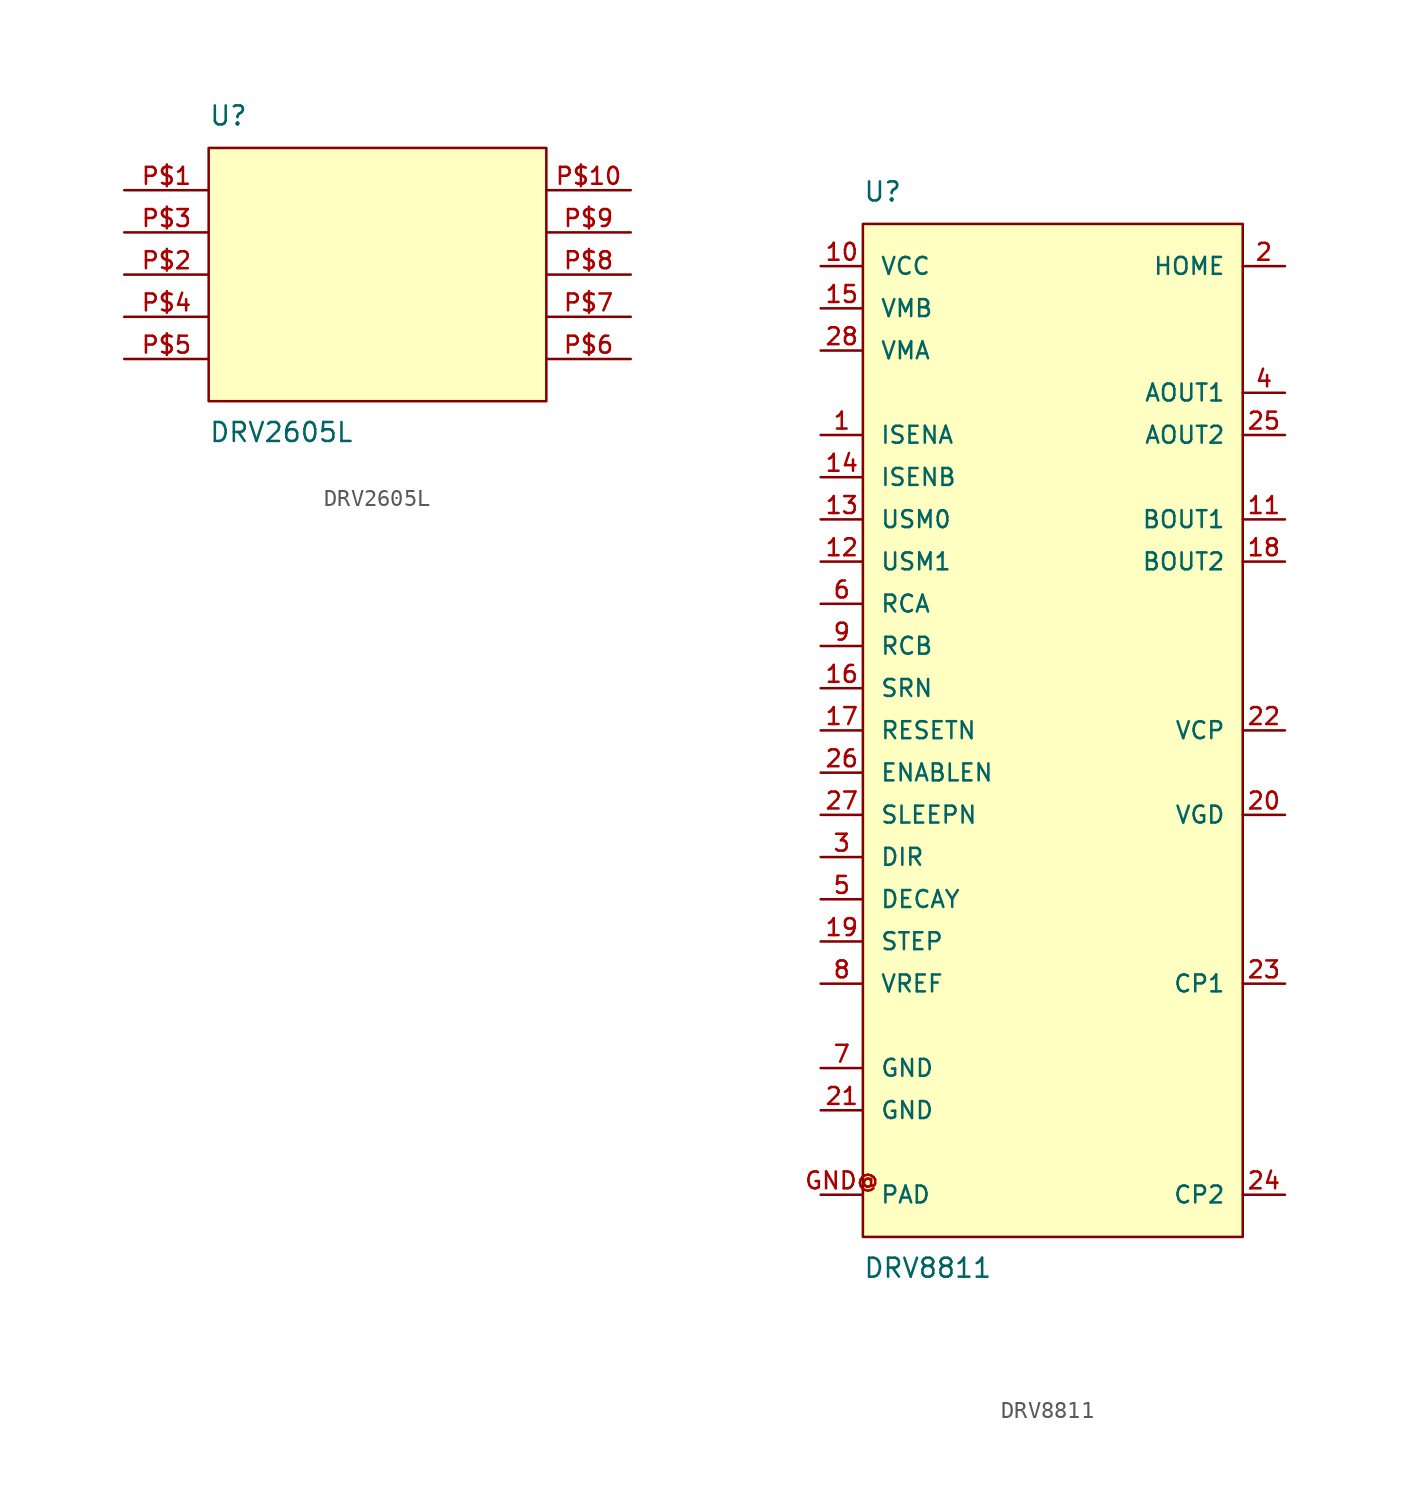
<source format=kicad_sym>
(kicad_symbol_lib
  (version 20201005)
  (generator kicad_symbol_editor)
  (symbol "DRV2605L"
    (pin_names
      (offset 1.016) hide)
    (property "Reference" "U"
      (at -10.16 8.89 0)
      (effects (font (size 1.143 1.143)) (justify left bottom)))
    (property "Value" "DRV2605L"
      (at -10.16 -10.16 0)
      (effects (font (size 1.143 1.143)) (justify left bottom)))
    (property "ki_locked" ""
      (at 0 0 0)
      (effects (font (size 1.27 1.27))))
    (symbol "DRV2605L_1_1"
      (polyline (pts (xy -10.16 7.62) (xy -10.16 -7.62) (xy 10.16 -7.62) (xy 10.16 7.62) (xy -10.16 7.62)) (stroke (width 0)) (fill (type background)))
      (pin bidirectional line (at -15.24 5.08 0) (length 5.08) (name "REG" (effects (font (size 1.016 1.016)))) (number "P$1" (effects (font (size 1.016 1.016)))))
      (pin bidirectional line (at -15.24 0 0) (length 5.08) (name "SCL" (effects (font (size 1.016 1.016)))) (number "P$2" (effects (font (size 1.016 1.016)))))
      (pin bidirectional line (at -15.24 2.54 0) (length 5.08) (name "SDA" (effects (font (size 1.016 1.016)))) (number "P$3" (effects (font (size 1.016 1.016)))))
      (pin bidirectional line (at -15.24 -2.54 0) (length 5.08) (name "IN/TRIG" (effects (font (size 1.016 1.016)))) (number "P$4" (effects (font (size 1.016 1.016)))))
      (pin bidirectional line (at -15.24 -5.08 0) (length 5.08) (name "EN" (effects (font (size 1.016 1.016)))) (number "P$5" (effects (font (size 1.016 1.016)))))
      (pin bidirectional line (at 15.24 -5.08 180) (length 5.08) (name "VDD/NC" (effects (font (size 1.016 1.016)))) (number "P$6" (effects (font (size 1.016 1.016)))))
      (pin bidirectional line (at 15.24 -2.54 180) (length 5.08) (name "OUT+" (effects (font (size 1.016 1.016)))) (number "P$7" (effects (font (size 1.016 1.016)))))
      (pin bidirectional line (at 15.24 0 180) (length 5.08) (name "GND" (effects (font (size 1.016 1.016)))) (number "P$8" (effects (font (size 1.016 1.016)))))
      (pin bidirectional line (at 15.24 2.54 180) (length 5.08) (name "OUT-" (effects (font (size 1.016 1.016)))) (number "P$9" (effects (font (size 1.016 1.016)))))
      (pin bidirectional line (at 15.24 5.08 180) (length 5.08) (name "VDD" (effects (font (size 1.016 1.016)))) (number "P$10" (effects (font (size 1.016 1.016)))))))
  (symbol "DRV8811"
    (pin_names
      (offset 1.016))
    (property "Reference" "U"
      (at -11.43 29.21 0)
      (effects (font (size 1.143 1.143)) (justify left bottom)))
    (property "Value" "DRV8811"
      (at -11.43 -35.56 0)
      (effects (font (size 1.143 1.143)) (justify left bottom)))
    (property "ki_locked" ""
      (at 0 0 0)
      (effects (font (size 1.27 1.27))))
    (symbol "DRV8811_1_1"
      (polyline (pts (xy -11.43 27.94) (xy 11.43 27.94) (xy 11.43 -33.02) (xy -11.43 -33.02) (xy -11.43 27.94)) (stroke (width 0)) (fill (type background)))
      (pin bidirectional line (at -13.97 15.24 0) (length 2.54) (name "ISENA" (effects (font (size 1.016 1.016)))) (number "1" (effects (font (size 1.016 1.016)))))
      (pin bidirectional line (at 13.97 25.4 180) (length 2.54) (name "HOME" (effects (font (size 1.016 1.016)))) (number "2" (effects (font (size 1.016 1.016)))))
      (pin bidirectional line (at -13.97 -10.16 0) (length 2.54) (name "DIR" (effects (font (size 1.016 1.016)))) (number "3" (effects (font (size 1.016 1.016)))))
      (pin bidirectional line (at 13.97 17.78 180) (length 2.54) (name "AOUT1" (effects (font (size 1.016 1.016)))) (number "4" (effects (font (size 1.016 1.016)))))
      (pin bidirectional line (at -13.97 -12.7 0) (length 2.54) (name "DECAY" (effects (font (size 1.016 1.016)))) (number "5" (effects (font (size 1.016 1.016)))))
      (pin bidirectional line (at -13.97 5.08 0) (length 2.54) (name "RCA" (effects (font (size 1.016 1.016)))) (number "6" (effects (font (size 1.016 1.016)))))
      (pin bidirectional line (at -13.97 -22.86 0) (length 2.54) (name "GND" (effects (font (size 1.016 1.016)))) (number "7" (effects (font (size 1.016 1.016)))))
      (pin bidirectional line (at -13.97 -17.78 0) (length 2.54) (name "VREF" (effects (font (size 1.016 1.016)))) (number "8" (effects (font (size 1.016 1.016)))))
      (pin bidirectional line (at -13.97 2.54 0) (length 2.54) (name "RCB" (effects (font (size 1.016 1.016)))) (number "9" (effects (font (size 1.016 1.016)))))
      (pin bidirectional line (at -13.97 25.4 0) (length 2.54) (name "VCC" (effects (font (size 1.016 1.016)))) (number "10" (effects (font (size 1.016 1.016)))))
      (pin bidirectional line (at 13.97 -7.62 180) (length 2.54) (name "VGD" (effects (font (size 1.016 1.016)))) (number "20" (effects (font (size 1.016 1.016)))))
      (pin bidirectional line (at 13.97 10.16 180) (length 2.54) (name "BOUT1" (effects (font (size 1.016 1.016)))) (number "11" (effects (font (size 1.016 1.016)))))
      (pin bidirectional line (at -13.97 -25.4 0) (length 2.54) (name "GND" (effects (font (size 1.016 1.016)))) (number "21" (effects (font (size 1.016 1.016)))))
      (pin bidirectional line (at -13.97 7.62 0) (length 2.54) (name "USM1" (effects (font (size 1.016 1.016)))) (number "12" (effects (font (size 1.016 1.016)))))
      (pin bidirectional line (at 13.97 -2.54 180) (length 2.54) (name "VCP" (effects (font (size 1.016 1.016)))) (number "22" (effects (font (size 1.016 1.016)))))
      (pin bidirectional line (at -13.97 10.16 0) (length 2.54) (name "USM0" (effects (font (size 1.016 1.016)))) (number "13" (effects (font (size 1.016 1.016)))))
      (pin bidirectional line (at 13.97 -17.78 180) (length 2.54) (name "CP1" (effects (font (size 1.016 1.016)))) (number "23" (effects (font (size 1.016 1.016)))))
      (pin bidirectional line (at -13.97 12.7 0) (length 2.54) (name "ISENB" (effects (font (size 1.016 1.016)))) (number "14" (effects (font (size 1.016 1.016)))))
      (pin bidirectional line (at 13.97 -30.48 180) (length 2.54) (name "CP2" (effects (font (size 1.016 1.016)))) (number "24" (effects (font (size 1.016 1.016)))))
      (pin bidirectional line (at -13.97 22.86 0) (length 2.54) (name "VMB" (effects (font (size 1.016 1.016)))) (number "15" (effects (font (size 1.016 1.016)))))
      (pin bidirectional line (at 13.97 15.24 180) (length 2.54) (name "AOUT2" (effects (font (size 1.016 1.016)))) (number "25" (effects (font (size 1.016 1.016)))))
      (pin bidirectional line (at -13.97 0 0) (length 2.54) (name "SRN" (effects (font (size 1.016 1.016)))) (number "16" (effects (font (size 1.016 1.016)))))
      (pin bidirectional line (at -13.97 -5.08 0) (length 2.54) (name "ENABLEN" (effects (font (size 1.016 1.016)))) (number "26" (effects (font (size 1.016 1.016)))))
      (pin bidirectional line (at -13.97 -2.54 0) (length 2.54) (name "RESETN" (effects (font (size 1.016 1.016)))) (number "17" (effects (font (size 1.016 1.016)))))
      (pin bidirectional line (at -13.97 -7.62 0) (length 2.54) (name "SLEEPN" (effects (font (size 1.016 1.016)))) (number "27" (effects (font (size 1.016 1.016)))))
      (pin bidirectional line (at 13.97 7.62 180) (length 2.54) (name "BOUT2" (effects (font (size 1.016 1.016)))) (number "18" (effects (font (size 1.016 1.016)))))
      (pin bidirectional line (at -13.97 20.32 0) (length 2.54) (name "VMA" (effects (font (size 1.016 1.016)))) (number "28" (effects (font (size 1.016 1.016)))))
      (pin bidirectional line (at -13.97 -15.24 0) (length 2.54) (name "STEP" (effects (font (size 1.016 1.016)))) (number "19" (effects (font (size 1.016 1.016)))))
      (pin bidirectional line (at -13.97 -30.48 0) (length 2.54) hide (name "PAD" (effects (font (size 1.016 1.016)))) (number "GND@" (effects (font (size 1.016 1.016)))))
      (pin bidirectional line (at -13.97 -30.48 0) (length 2.54) (name "PAD" (effects (font (size 1.016 1.016)))) (number "GND@" (effects (font (size 1.016 1.016)))))
      (pin bidirectional line (at -13.97 -30.48 0) (length 2.54) hide (name "PAD" (effects (font (size 1.016 1.016)))) (number "GND@" (effects (font (size 1.016 1.016)))))
      (pin bidirectional line (at -13.97 -30.48 0) (length 2.54) hide (name "PAD" (effects (font (size 1.016 1.016)))) (number "GND@" (effects (font (size 1.016 1.016)))))
      (pin bidirectional line (at -13.97 -30.48 0) (length 2.54) hide (name "PAD" (effects (font (size 1.016 1.016)))) (number "GND@" (effects (font (size 1.016 1.016)))))
      (pin bidirectional line (at -13.97 -30.48 0) (length 2.54) hide (name "PAD" (effects (font (size 1.016 1.016)))) (number "GND@" (effects (font (size 1.016 1.016)))))
      (pin bidirectional line (at -13.97 -30.48 0) (length 2.54) hide (name "PAD" (effects (font (size 1.016 1.016)))) (number "GND@" (effects (font (size 1.016 1.016)))))
      (pin bidirectional line (at -13.97 -30.48 0) (length 2.54) hide (name "PAD" (effects (font (size 1.016 1.016)))) (number "GND@" (effects (font (size 1.016 1.016)))))
      (pin bidirectional line (at -13.97 -30.48 0) (length 2.54) hide (name "PAD" (effects (font (size 1.016 1.016)))) (number "GND@" (effects (font (size 1.016 1.016)))))
      (pin bidirectional line (at -13.97 -30.48 0) (length 2.54) hide (name "PAD" (effects (font (size 1.016 1.016)))) (number "GND@" (effects (font (size 1.016 1.016)))))
      (pin bidirectional line (at -13.97 -30.48 0) (length 2.54) hide (name "PAD" (effects (font (size 1.016 1.016)))) (number "GND@" (effects (font (size 1.016 1.016)))))
      (pin bidirectional line (at -13.97 -30.48 0) (length 2.54) hide (name "PAD" (effects (font (size 1.016 1.016)))) (number "GND@" (effects (font (size 1.016 1.016)))))
      (pin bidirectional line (at -13.97 -30.48 0) (length 2.54) hide (name "PAD" (effects (font (size 1.016 1.016)))) (number "GND@" (effects (font (size 1.016 1.016)))))
      (pin bidirectional line (at -13.97 -30.48 0) (length 2.54) hide (name "PAD" (effects (font (size 1.016 1.016)))) (number "GND@" (effects (font (size 1.016 1.016)))))
      (pin bidirectional line (at -13.97 -30.48 0) (length 2.54) hide (name "PAD" (effects (font (size 1.016 1.016)))) (number "GND@" (effects (font (size 1.016 1.016)))))
      (pin bidirectional line (at -13.97 -30.48 0) (length 2.54) hide (name "PAD" (effects (font (size 1.016 1.016)))) (number "GND@" (effects (font (size 1.016 1.016)))))
      (pin bidirectional line (at -13.97 -30.48 0) (length 2.54) hide (name "PAD" (effects (font (size 1.016 1.016)))) (number "GND@" (effects (font (size 1.016 1.016)))))
      (pin bidirectional line (at -13.97 -30.48 0) (length 2.54) hide (name "PAD" (effects (font (size 1.016 1.016)))) (number "GND@" (effects (font (size 1.016 1.016)))))
      (pin bidirectional line (at -13.97 -30.48 0) (length 2.54) hide (name "PAD" (effects (font (size 1.016 1.016)))) (number "GND@" (effects (font (size 1.016 1.016)))))
      (pin bidirectional line (at -13.97 -30.48 0) (length 2.54) hide (name "PAD" (effects (font (size 1.016 1.016)))) (number "GND@" (effects (font (size 1.016 1.016)))))
      (pin bidirectional line (at -13.97 -30.48 0) (length 2.54) hide (name "PAD" (effects (font (size 1.016 1.016)))) (number "GND@" (effects (font (size 1.016 1.016)))))
      (pin bidirectional line (at -13.97 -30.48 0) (length 2.54) hide (name "PAD" (effects (font (size 1.016 1.016)))) (number "GND@" (effects (font (size 1.016 1.016))))))))
</source>
